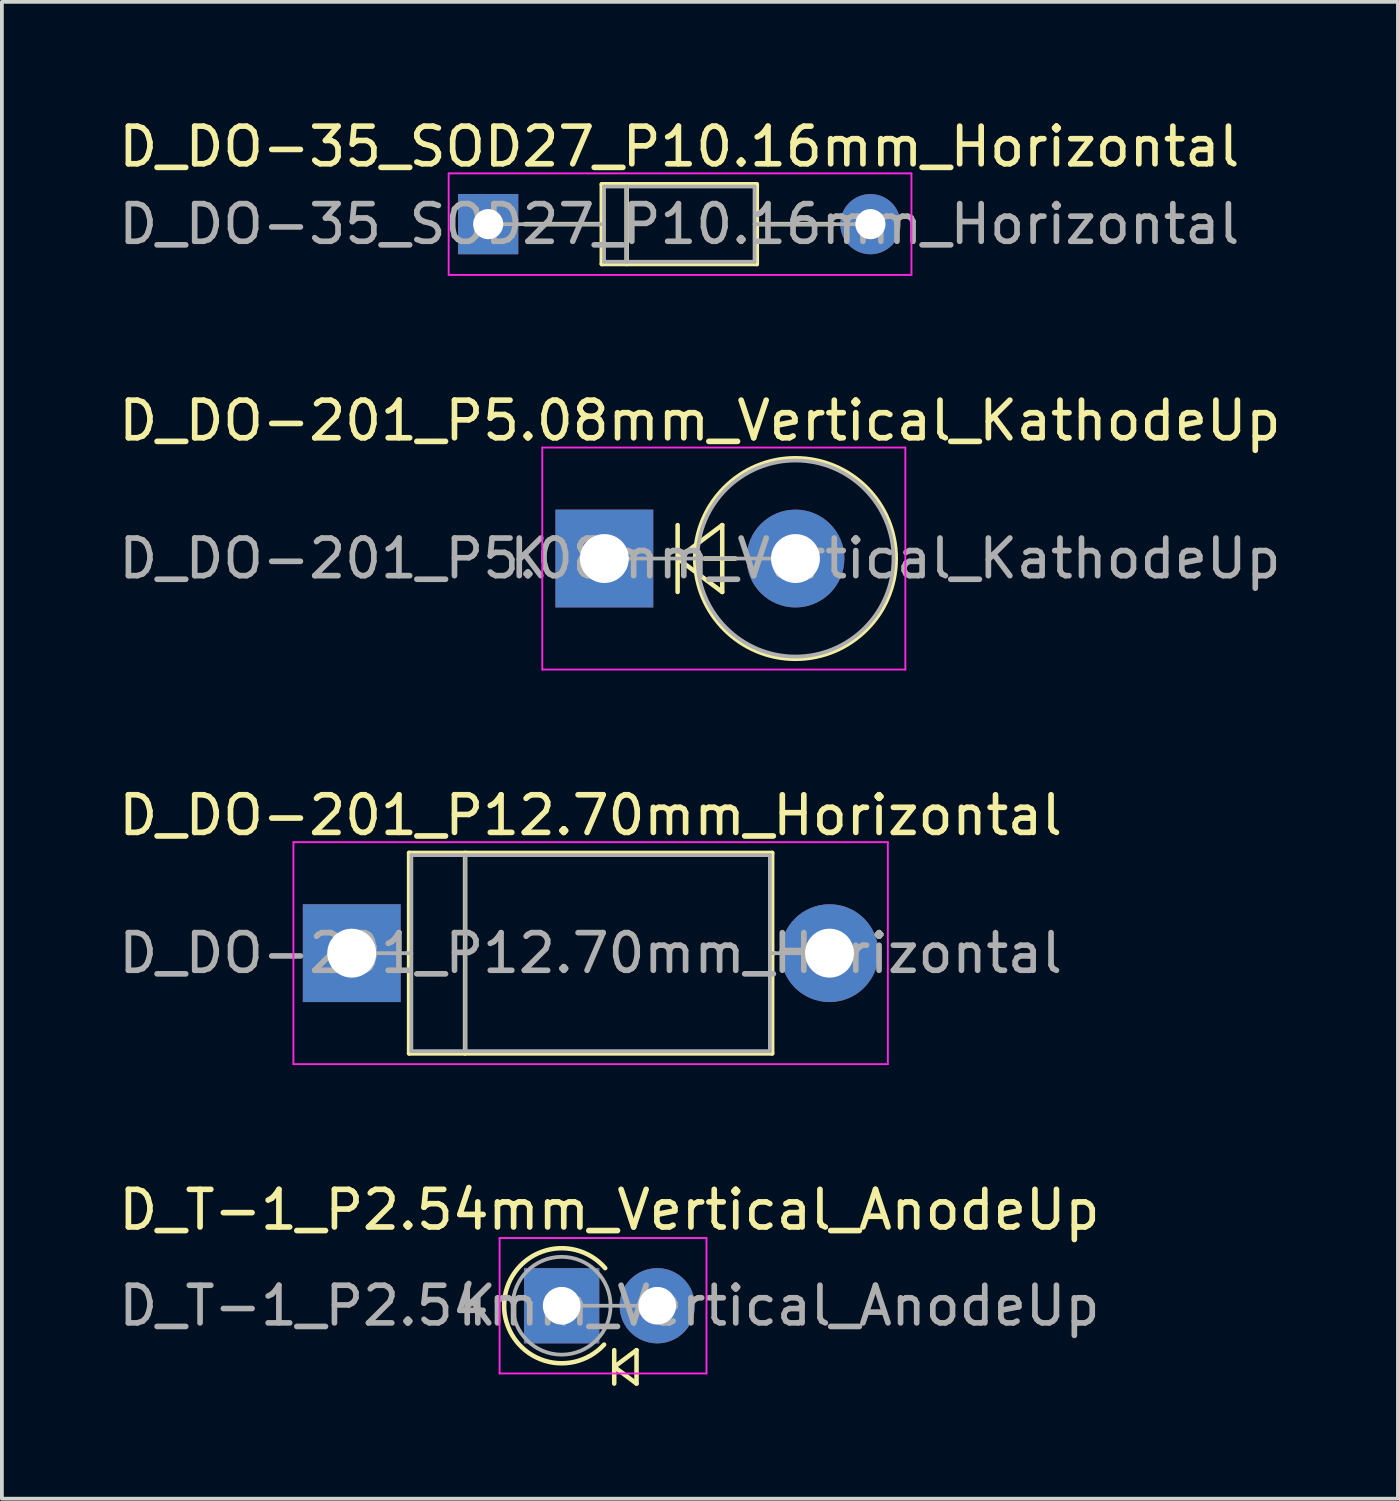
<source format=kicad_pcb>
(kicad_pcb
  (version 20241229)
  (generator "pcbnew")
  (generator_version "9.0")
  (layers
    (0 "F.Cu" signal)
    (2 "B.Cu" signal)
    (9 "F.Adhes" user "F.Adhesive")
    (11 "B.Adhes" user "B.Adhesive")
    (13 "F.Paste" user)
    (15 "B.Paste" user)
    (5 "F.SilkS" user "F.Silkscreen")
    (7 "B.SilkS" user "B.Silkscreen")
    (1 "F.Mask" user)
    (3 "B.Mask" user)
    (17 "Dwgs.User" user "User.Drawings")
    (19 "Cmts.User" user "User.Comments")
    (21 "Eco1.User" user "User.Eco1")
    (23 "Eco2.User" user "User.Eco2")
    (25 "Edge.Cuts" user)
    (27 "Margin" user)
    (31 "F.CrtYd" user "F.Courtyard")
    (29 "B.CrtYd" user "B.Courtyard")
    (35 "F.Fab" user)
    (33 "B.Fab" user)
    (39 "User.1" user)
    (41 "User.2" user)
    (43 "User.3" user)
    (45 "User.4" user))
  (footprint "D_DO-201_P5.08mm_Vertical_KathodeUp"
    (layer "F.Cu")
    (at 13.014 11.796)
    (property "Reference" "D_DO-201_P5.08mm_Vertical_KathodeUp" (at 2.54 -3.665 0) (layer "F.SilkS") (effects (font (size 1 1) (thickness 0.15))))
    (attr through_hole)
    (fp_line (start 1.947 -0.889) (end 1.947 0.889) (stroke (width 0.12) (type solid)) (layer "F.SilkS"))
    (fp_line (start 1.947 0) (end 3.133 -0.889) (stroke (width 0.12) (type solid)) (layer "F.SilkS"))
    (fp_line (start 2.665 0) (end 3.48 0) (stroke (width 0.12) (type solid)) (layer "F.SilkS"))
    (fp_line (start 3.133 -0.889) (end 3.133 0.889) (stroke (width 0.12) (type solid)) (layer "F.SilkS"))
    (fp_line (start 3.133 0.889) (end 1.947 0) (stroke (width 0.12) (type solid)) (layer "F.SilkS"))
    (fp_circle (center 5.08 0) (end 7.745 0) (stroke (width 0.12) (type solid)) (fill no) (layer "F.SilkS"))
    (fp_line (start -1.65 -2.95) (end -1.65 2.95) (stroke (width 0.05) (type solid)) (layer "F.CrtYd"))
    (fp_line (start -1.65 2.95) (end 8 2.95) (stroke (width 0.05) (type solid)) (layer "F.CrtYd"))
    (fp_line (start 8 -2.95) (end -1.65 -2.95) (stroke (width 0.05) (type solid)) (layer "F.CrtYd"))
    (fp_line (start 8 2.95) (end 8 -2.95) (stroke (width 0.05) (type solid)) (layer "F.CrtYd"))
    (fp_line (start 0 0) (end 5.08 0) (stroke (width 0.1) (type solid)) (layer "F.Fab"))
    (fp_circle (center 5.08 0) (end 7.685 0) (stroke (width 0.1) (type solid)) (fill no) (layer "F.Fab"))
    (fp_text user "${REFERENCE}" (at 2.54 0 0) (layer "F.Fab") (effects (font (size 1 1) (thickness 0.15))))
    (fp_text user "K" (at -2 0 0) (layer "F.Fab") (effects (font (size 1 1) (thickness 0.15))))
    (pad "1" thru_hole rect (at 0 0) (size 2.6 2.6) (drill 1.3) (layers "*.Cu" "*.Mask"))
    (pad "2" thru_hole oval (at 5.08 0) (size 2.6 2.6) (drill 1.3) (layers "*.Cu" "*.Mask")))
  (footprint "D_DO-201_P12.70mm_Horizontal"
    (layer "F.Cu")
    (at 6.299 22.285)
    (property "Reference" "D_DO-201_P12.70mm_Horizontal" (at 6.35 -3.665 0) (layer "F.SilkS") (effects (font (size 1 1) (thickness 0.15))))
    (attr through_hole)
    (fp_line (start 1.48 0) (end 1.525 0) (stroke (width 0.12) (type solid)) (layer "F.SilkS"))
    (fp_line (start 1.525 -2.665) (end 1.525 2.665) (stroke (width 0.12) (type solid)) (layer "F.SilkS"))
    (fp_line (start 1.525 2.665) (end 11.175 2.665) (stroke (width 0.12) (type solid)) (layer "F.SilkS"))
    (fp_line (start 3.014 -2.665) (end 3.014 2.665) (stroke (width 0.12) (type solid)) (layer "F.SilkS"))
    (fp_line (start 11.175 -2.665) (end 1.525 -2.665) (stroke (width 0.12) (type solid)) (layer "F.SilkS"))
    (fp_line (start 11.175 2.665) (end 11.175 -2.665) (stroke (width 0.12) (type solid)) (layer "F.SilkS"))
    (fp_line (start 11.22 0) (end 11.175 0) (stroke (width 0.12) (type solid)) (layer "F.SilkS"))
    (fp_line (start -1.55 -2.95) (end -1.55 2.95) (stroke (width 0.05) (type solid)) (layer "F.CrtYd"))
    (fp_line (start -1.55 2.95) (end 14.25 2.95) (stroke (width 0.05) (type solid)) (layer "F.CrtYd"))
    (fp_line (start 14.25 -2.95) (end -1.55 -2.95) (stroke (width 0.05) (type solid)) (layer "F.CrtYd"))
    (fp_line (start 14.25 2.95) (end 14.25 -2.95) (stroke (width 0.05) (type solid)) (layer "F.CrtYd"))
    (fp_line (start 0 0) (end 1.585 0) (stroke (width 0.1) (type solid)) (layer "F.Fab"))
    (fp_line (start 1.585 -2.605) (end 1.585 2.605) (stroke (width 0.1) (type solid)) (layer "F.Fab"))
    (fp_line (start 1.585 2.605) (end 11.115 2.605) (stroke (width 0.1) (type solid)) (layer "F.Fab"))
    (fp_line (start 3.014 -2.605) (end 3.014 2.605) (stroke (width 0.1) (type solid)) (layer "F.Fab"))
    (fp_line (start 11.115 -2.605) (end 1.585 -2.605) (stroke (width 0.1) (type solid)) (layer "F.Fab"))
    (fp_line (start 11.115 2.605) (end 11.115 -2.605) (stroke (width 0.1) (type solid)) (layer "F.Fab"))
    (fp_line (start 12.7 0) (end 11.115 0) (stroke (width 0.1) (type solid)) (layer "F.Fab"))
    (fp_text user "${REFERENCE}" (at 6.35 0 0) (layer "F.Fab") (effects (font (size 1 1) (thickness 0.15))))
    (pad "1" thru_hole rect (at 0 0) (size 2.6 2.6) (drill 1.3) (layers "*.Cu" "*.Mask"))
    (pad "2" thru_hole oval (at 12.7 0) (size 2.6 2.6) (drill 1.3) (layers "*.Cu" "*.Mask")))
  (footprint "D_DO-35_SOD27_P10.16mm_Horizontal"
    (layer "F.Cu")
    (at 9.926 2.908)
    (property "Reference" "D_DO-35_SOD27_P10.16mm_Horizontal" (at 5.08 -2.06 0) (layer "F.SilkS") (effects (font (size 1 1) (thickness 0.15))))
    (attr through_hole)
    (fp_line (start 0.98 0) (end 3.02 0) (stroke (width 0.12) (type solid)) (layer "F.SilkS"))
    (fp_line (start 3.02 -1.06) (end 3.02 1.06) (stroke (width 0.12) (type solid)) (layer "F.SilkS"))
    (fp_line (start 3.02 1.06) (end 7.14 1.06) (stroke (width 0.12) (type solid)) (layer "F.SilkS"))
    (fp_line (start 3.68 -1.06) (end 3.68 1.06) (stroke (width 0.12) (type solid)) (layer "F.SilkS"))
    (fp_line (start 7.14 -1.06) (end 3.02 -1.06) (stroke (width 0.12) (type solid)) (layer "F.SilkS"))
    (fp_line (start 7.14 1.06) (end 7.14 -1.06) (stroke (width 0.12) (type solid)) (layer "F.SilkS"))
    (fp_line (start 9.18 0) (end 7.14 0) (stroke (width 0.12) (type solid)) (layer "F.SilkS"))
    (fp_line (start -1.05 -1.35) (end -1.05 1.35) (stroke (width 0.05) (type solid)) (layer "F.CrtYd"))
    (fp_line (start -1.05 1.35) (end 11.25 1.35) (stroke (width 0.05) (type solid)) (layer "F.CrtYd"))
    (fp_line (start 11.25 -1.35) (end -1.05 -1.35) (stroke (width 0.05) (type solid)) (layer "F.CrtYd"))
    (fp_line (start 11.25 1.35) (end 11.25 -1.35) (stroke (width 0.05) (type solid)) (layer "F.CrtYd"))
    (fp_line (start 0 0) (end 3.08 0) (stroke (width 0.1) (type solid)) (layer "F.Fab"))
    (fp_line (start 3.08 -1) (end 3.08 1) (stroke (width 0.1) (type solid)) (layer "F.Fab"))
    (fp_line (start 3.08 1) (end 7.08 1) (stroke (width 0.1) (type solid)) (layer "F.Fab"))
    (fp_line (start 3.68 -1) (end 3.68 1) (stroke (width 0.1) (type solid)) (layer "F.Fab"))
    (fp_line (start 7.08 -1) (end 3.08 -1) (stroke (width 0.1) (type solid)) (layer "F.Fab"))
    (fp_line (start 7.08 1) (end 7.08 -1) (stroke (width 0.1) (type solid)) (layer "F.Fab"))
    (fp_line (start 10.16 0) (end 7.08 0) (stroke (width 0.1) (type solid)) (layer "F.Fab"))
    (fp_text user "${REFERENCE}" (at 5.08 0 0) (layer "F.Fab") (effects (font (size 1 1) (thickness 0.15))))
    (pad "1" thru_hole rect (at 0 0) (size 1.6 1.6) (drill 0.8) (layers "*.Cu" "*.Mask"))
    (pad "2" thru_hole oval (at 10.16 0) (size 1.6 1.6) (drill 0.8) (layers "*.Cu" "*.Mask")))
  (footprint "D_T-1_P2.54mm_Vertical_AnodeUp"
    (layer "F.Cu")
    (at 11.879 31.657)
    (property "Reference" "D_T-1_P2.54mm_Vertical_AnodeUp" (at 1.27 -2.549 0) (layer "F.SilkS") (effects (font (size 1 1) (thickness 0.15))))
    (attr through_hole)
    (fp_line (start 1.397 1.18) (end 1.397 2.069) (stroke (width 0.12) (type solid)) (layer "F.SilkS"))
    (fp_line (start 1.397 1.625) (end 1.99 1.18) (stroke (width 0.12) (type solid)) (layer "F.SilkS"))
    (fp_line (start 1.99 1.18) (end 1.99 2.069) (stroke (width 0.12) (type solid)) (layer "F.SilkS"))
    (fp_line (start 1.99 2.069) (end 1.397 1.625) (stroke (width 0.12) (type solid)) (layer "F.SilkS"))
    (fp_arc (start 1.128185 1.032648) (mid -1.529276 -0.021846) (end 1.157222 -1) (stroke (width 0.12) (type solid)) (layer "F.SilkS"))
    (fp_line (start -1.65 -1.8) (end -1.65 1.8) (stroke (width 0.05) (type solid)) (layer "F.CrtYd"))
    (fp_line (start -1.65 1.8) (end 3.85 1.8) (stroke (width 0.05) (type solid)) (layer "F.CrtYd"))
    (fp_line (start 3.85 -1.8) (end -1.65 -1.8) (stroke (width 0.05) (type solid)) (layer "F.CrtYd"))
    (fp_line (start 3.85 1.8) (end 3.85 -1.8) (stroke (width 0.05) (type solid)) (layer "F.CrtYd"))
    (fp_line (start 0 0) (end 2.54 0) (stroke (width 0.1) (type solid)) (layer "F.Fab"))
    (fp_circle (center 0 0) (end 1.3 0) (stroke (width 0.1) (type solid)) (fill no) (layer "F.Fab"))
    (fp_text user "${REFERENCE}" (at 1.27 0 0) (layer "F.Fab") (effects (font (size 1 1) (thickness 0.15))))
    (fp_text user "K" (at -2.249 0 0) (layer "F.Fab") (effects (font (size 1 1) (thickness 0.15))))
    (pad "1" thru_hole rect (at 0 0) (size 2 2) (drill 1) (layers "*.Cu" "*.Mask"))
    (pad "2" thru_hole oval (at 2.54 0) (size 2 2) (drill 1) (layers "*.Cu" "*.Mask")))
  (gr_rect
    (start -3 -3)
    (end 34.107 36.786)
    (stroke (width 0.1) (type default))
    (fill no)
    (layer "Edge.Cuts")))
</source>
